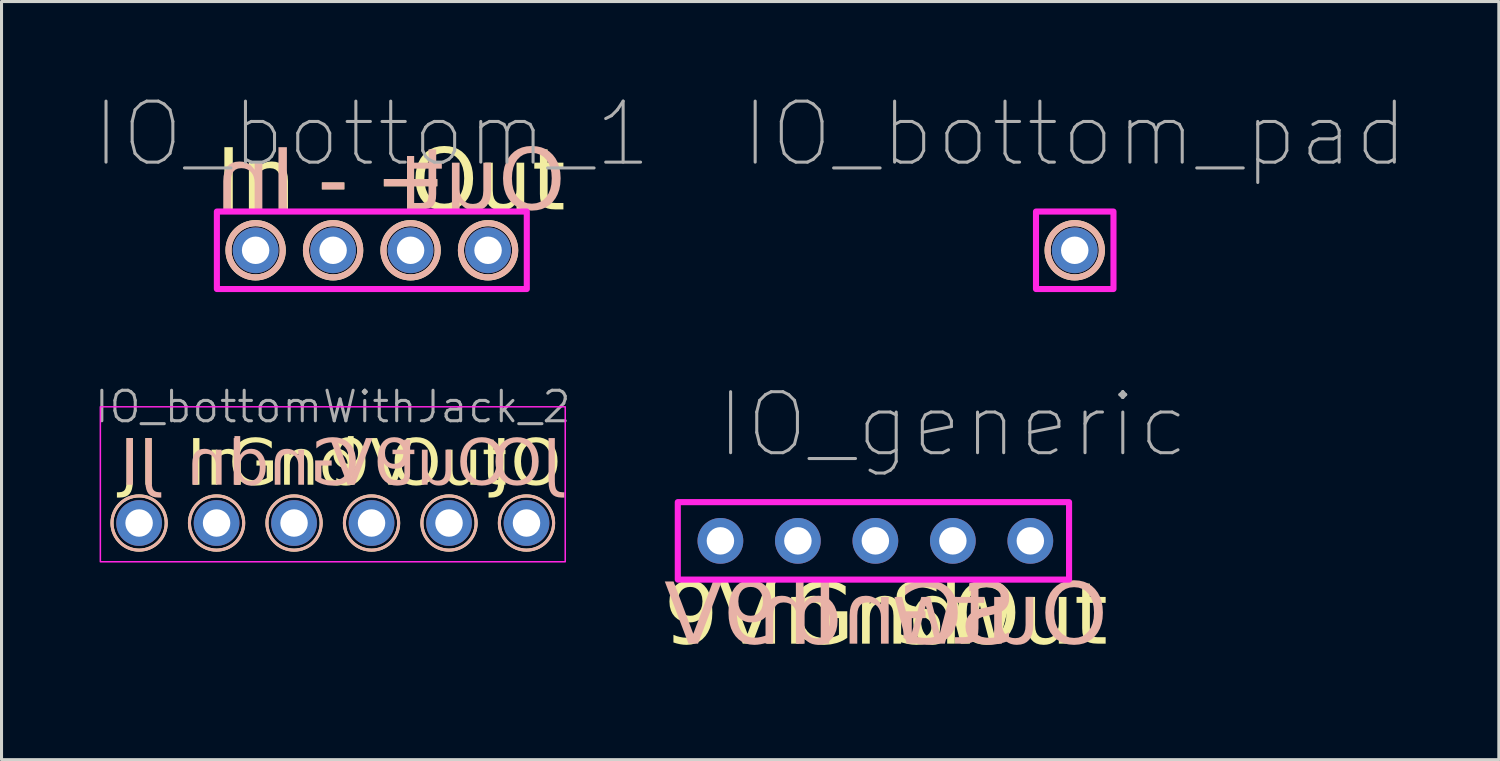
<source format=kicad_pcb>
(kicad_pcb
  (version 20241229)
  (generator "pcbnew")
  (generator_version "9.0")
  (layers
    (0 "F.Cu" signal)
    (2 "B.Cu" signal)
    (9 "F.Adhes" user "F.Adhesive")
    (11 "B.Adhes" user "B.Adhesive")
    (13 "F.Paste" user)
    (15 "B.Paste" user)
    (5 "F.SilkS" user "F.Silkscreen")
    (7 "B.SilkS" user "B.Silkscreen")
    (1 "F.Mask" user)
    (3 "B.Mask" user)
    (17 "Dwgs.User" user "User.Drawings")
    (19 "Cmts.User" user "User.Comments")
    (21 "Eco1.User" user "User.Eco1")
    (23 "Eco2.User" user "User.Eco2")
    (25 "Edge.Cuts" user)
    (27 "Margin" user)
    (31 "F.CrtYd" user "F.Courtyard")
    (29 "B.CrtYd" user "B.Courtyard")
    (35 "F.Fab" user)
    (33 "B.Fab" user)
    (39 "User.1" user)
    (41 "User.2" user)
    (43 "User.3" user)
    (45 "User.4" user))
  (footprint "IO_bottom_1"
    (layer "F.Cu")
    (at 9.14 5.155)
    (property "Reference" "IO_bottom_1" (at 0 -3.81 0) (unlocked yes) (layer "F.Fab") (effects (font (size 2 2) (thickness 0.1))))
    (attr through_hole)
    (fp_circle (center -3.81 0) (end -2.921 0) (stroke (width 0.2) (type default)) (fill no) (layer "F.SilkS"))
    (fp_circle (center -1.27 0) (end -0.381 0) (stroke (width 0.2) (type default)) (fill no) (layer "F.SilkS"))
    (fp_circle (center 1.27 0) (end 2.159 0) (stroke (width 0.2) (type default)) (fill no) (layer "F.SilkS"))
    (fp_circle (center 3.81 0) (end 2.921 0) (stroke (width 0.2) (type default)) (fill no) (layer "F.SilkS"))
    (fp_circle (center -3.81 0) (end -4.699 0) (stroke (width 0.2) (type default)) (fill no) (layer "B.SilkS"))
    (fp_circle (center -1.27 0) (end -2.159 0) (stroke (width 0.2) (type default)) (fill no) (layer "B.SilkS"))
    (fp_circle (center 1.27 0) (end 0.381 0) (stroke (width 0.2) (type default)) (fill no) (layer "B.SilkS"))
    (fp_circle (center 3.81 0) (end 2.921 0) (stroke (width 0.2) (type default)) (fill no) (layer "B.SilkS"))
    (fp_rect (start -5.08 -1.27) (end 5.08 1.27) (stroke (width 0.2) (type default)) (fill no) (layer "F.CrtYd"))
    (fp_text user "Out" (at 3.81 -1 0) (layer "F.SilkS") (effects (font (face "Milk Run") (size 2 2) (thickness 0.15)) (justify bottom)))
    (fp_text user "+" (at 1.27 -1 0) (layer "F.SilkS") (effects (font (face "Milk Run") (size 2 2) (thickness 0.15)) (justify bottom)))
    (fp_text user "-" (at -1.27 -1 0) (layer "F.SilkS") (effects (font (face "Milk Run") (size 2 2) (thickness 0.15)) (justify bottom)))
    (fp_text user "In" (at -3.81 -1 0) (layer "F.SilkS") (effects (font (face "Milk Run") (size 2 2) (thickness 0.15)) (justify bottom)))
    (fp_text user "In" (at -3.81 -1 0) (layer "B.SilkS") (effects (font (face "Milk Run") (size 2 2) (thickness 0.15)) (justify bottom mirror)))
    (fp_text user "Out" (at 3.81 -1 0) (layer "B.SilkS") (effects (font (face "Milk Run") (size 2 2) (thickness 0.15)) (justify bottom mirror)))
    (fp_text user "-" (at -1.27 -1 0) (layer "B.SilkS") (effects (font (face "Milk Run") (size 2 2) (thickness 0.15)) (justify bottom mirror)))
    (fp_text user "+" (at 1.27 -1 0) (layer "B.SilkS") (effects (font (face "Milk Run") (size 2 2) (thickness 0.15)) (justify bottom mirror)))
    (pad "1" thru_hole circle (at -3.81 0) (size 1.5 1.5) (drill 0.9) (layers "*.Cu" "*.Mask"))
    (pad "2" thru_hole circle (at -1.27 0) (size 1.5 1.5) (drill 0.9) (layers "*.Cu" "*.Mask"))
    (pad "3" thru_hole circle (at 1.27 0) (size 1.5 1.5) (drill 0.9) (layers "*.Cu" "*.Mask"))
    (pad "4" thru_hole circle (at 3.81 0) (size 1.5 1.5) (drill 0.9) (layers "*.Cu" "*.Mask")))
  (footprint "IO_bottom_pad"
    (layer "F.Cu")
    (at 32.183 5.155)
    (property "Reference" "IO_bottom_pad" (at 0 -3.81 0) (unlocked yes) (layer "F.Fab") (effects (font (size 2 2) (thickness 0.1))))
    (attr through_hole exclude_from_bom)
    (fp_circle (center 0 0) (end 0.889 0) (stroke (width 0.2) (type default)) (fill no) (layer "F.SilkS"))
    (fp_circle (center 0 0) (end -0.889 0) (stroke (width 0.2) (type default)) (fill no) (layer "B.SilkS"))
    (fp_rect (start -1.27 -1.27) (end 1.27 1.27) (stroke (width 0.2) (type default)) (fill no) (layer "F.CrtYd"))
    (pad "1" thru_hole circle (at 0 0) (size 1.5 1.5) (drill 0.9) (layers "*.Cu" "*.Mask")))
  (footprint "IO_bottomWithJack_2"
    (layer "F.Cu")
    (at 7.86 14.096)
    (property "Reference" "IO_bottomWithJack_2" (at 0 -3.81 0) (unlocked yes) (layer "F.Fab") (effects (font (size 1 1) (thickness 0.1))))
    (attr through_hole)
    (fp_circle (center -6.35 0) (end -7.239 0) (stroke (width 0.1) (type default)) (fill no) (layer "F.SilkS"))
    (fp_circle (center -3.81 0) (end -4.699 0) (stroke (width 0.1) (type default)) (fill no) (layer "F.SilkS"))
    (fp_circle (center -1.27 0) (end -2.159 0) (stroke (width 0.1) (type default)) (fill no) (layer "F.SilkS"))
    (fp_circle (center 1.27 0) (end 0.381 0) (stroke (width 0.1) (type default)) (fill no) (layer "F.SilkS"))
    (fp_circle (center 3.81 0) (end 2.921 0) (stroke (width 0.1) (type default)) (fill no) (layer "F.SilkS"))
    (fp_circle (center 6.35 0) (end 5.461 0) (stroke (width 0.1) (type default)) (fill no) (layer "F.SilkS"))
    (fp_circle (center -6.35 0) (end -5.461 0) (stroke (width 0.1) (type default)) (fill no) (layer "B.SilkS"))
    (fp_circle (center -3.81 0) (end -2.921 0) (stroke (width 0.1) (type default)) (fill no) (layer "B.SilkS"))
    (fp_circle (center -1.27 0) (end -0.381 0) (stroke (width 0.1) (type default)) (fill no) (layer "B.SilkS"))
    (fp_circle (center 1.27 0) (end 2.159 0) (stroke (width 0.1) (type default)) (fill no) (layer "B.SilkS"))
    (fp_circle (center 3.81 0) (end 4.699 0) (stroke (width 0.1) (type default)) (fill no) (layer "B.SilkS"))
    (fp_circle (center 6.35 0) (end 7.239 0) (stroke (width 0.1) (type default)) (fill no) (layer "B.SilkS"))
    (fp_rect (start -7.62 -3.81) (end 7.62 1.27) (stroke (width 0.05) (type default)) (fill no) (layer "F.CrtYd"))
    (fp_text user "JI" (at -6.35 -1 0) (layer "F.SilkS") (effects (font (face "Milk Run") (size 1.5 1.5) (thickness 0.15)) (justify bottom)))
    (fp_text user "Out" (at 3.81 -1 0) (layer "F.SilkS") (effects (font (face "Milk Run") (size 1.5 1.5) (thickness 0.15)) (justify bottom)))
    (fp_text user "9V" (at 1.27 -1 0) (layer "F.SilkS") (effects (font (face "Milk Run") (size 1.5 1.5) (thickness 0.15)) (justify bottom)))
    (fp_text user "In" (at -3.81 -1 0) (layer "F.SilkS") (effects (font (face "Milk Run") (size 1.5 1.5) (thickness 0.15)) (justify bottom)))
    (fp_text user "JO" (at 6.35 -1 0) (layer "F.SilkS") (effects (font (face "Milk Run") (size 1.5 1.5) (thickness 0.15)) (justify bottom)))
    (fp_text user "Gnd" (at -1.27 -1 0) (layer "F.SilkS") (effects (font (face "Milk Run") (size 1.5 1.5) (thickness 0.15)) (justify bottom)))
    (fp_text user "JO" (at 6.35 -1 0) (layer "B.SilkS") (effects (font (face "Milk Run") (size 1.5 1.5) (thickness 0.15)) (justify bottom mirror)))
    (fp_text user "Gnd" (at -1.27 -1 0) (layer "B.SilkS") (effects (font (face "Milk Run") (size 1.5 1.5) (thickness 0.15)) (justify bottom mirror)))
    (fp_text user "Out" (at 3.81 -1 0) (layer "B.SilkS") (effects (font (face "Milk Run") (size 1.5 1.5) (thickness 0.15)) (justify bottom mirror)))
    (fp_text user "JI" (at -6.35 -1 0) (layer "B.SilkS") (effects (font (face "Milk Run") (size 1.5 1.5) (thickness 0.15)) (justify bottom mirror)))
    (fp_text user "9V" (at 1.27 -1 0) (layer "B.SilkS") (effects (font (face "Milk Run") (size 1.5 1.5) (thickness 0.15)) (justify bottom mirror)))
    (fp_text user "In" (at -3.81 -1 0) (layer "B.SilkS") (effects (font (face "Milk Run") (size 1.5 1.5) (thickness 0.15)) (justify bottom mirror)))
    (pad "1" thru_hole circle (at -6.35 0) (size 1.5 1.5) (drill 0.9) (layers "*.Cu" "*.Mask"))
    (pad "2" thru_hole circle (at -3.81 0) (size 1.5 1.5) (drill 0.9) (layers "*.Cu" "*.Mask"))
    (pad "3" thru_hole circle (at -1.27 0) (size 1.5 1.5) (drill 0.9) (layers "*.Cu" "*.Mask"))
    (pad "4" thru_hole circle (at 1.27 0) (size 1.5 1.5) (drill 0.9) (layers "*.Cu" "*.Mask"))
    (pad "5" thru_hole circle (at 3.81 0) (size 1.5 1.5) (drill 0.9) (layers "*.Cu" "*.Mask"))
    (pad "6" thru_hole circle (at 6.35 0) (size 1.5 1.5) (drill 0.9) (layers "*.Cu" "*.Mask")))
  (footprint "IO_generic"
    (layer "F.Cu")
    (at 25.647 14.681)
    (property "Reference" "IO_generic" (at 2.54 -3.81 0) (unlocked yes) (layer "F.Fab") (effects (font (size 2 2) (thickness 0.1))))
    (attr through_hole)
    (fp_rect (start -6.477 -1.27) (end 6.35 1.27) (stroke (width 0.2) (type default)) (fill no) (layer "F.CrtYd"))
    (fp_text user "9V" (at -5.08 2.54 0) (unlocked yes) (layer "F.SilkS") (effects (font (face "Milk Run") (size 2 2) (thickness 0.15))))
    (fp_text user "In" (at -2.54 2.54 0) (unlocked yes) (layer "F.SilkS") (effects (font (face "Milk Run") (size 2 2) (thickness 0.15))))
    (fp_text user "Sw" (at 2.54 2.54 0) (unlocked yes) (layer "F.SilkS") (effects (font (face "Milk Run") (size 2 2) (thickness 0.15))))
    (fp_text user "Out" (at 5.08 2.54 0) (unlocked yes) (layer "F.SilkS") (effects (font (face "Milk Run") (size 2 2) (thickness 0.15))))
    (fp_text user "Gnd" (at 0 2.54 0) (unlocked yes) (layer "F.SilkS") (effects (font (face "Milk Run") (size 2 2) (thickness 0.15))))
    (fp_text user "In" (at -2.54 2.54 0) (unlocked yes) (layer "B.SilkS") (effects (font (face "Milk Run") (size 2 2) (thickness 0.15)) (justify mirror)))
    (fp_text user "9V" (at -5.08 2.54 0) (unlocked yes) (layer "B.SilkS") (effects (font (face "Milk Run") (size 2 2) (thickness 0.15)) (justify mirror)))
    (fp_text user "Out" (at 5.08 2.54 0) (unlocked yes) (layer "B.SilkS") (effects (font (face "Milk Run") (size 2 2) (thickness 0.15)) (justify mirror)))
    (fp_text user "Sw" (at 2.54 2.54 0) (unlocked yes) (layer "B.SilkS") (effects (font (face "Milk Run") (size 2 2) (thickness 0.15)) (justify mirror)))
    (fp_text user "Gnd" (at 0 2.54 0) (unlocked yes) (layer "B.SilkS") (effects (font (face "Milk Run") (size 2 2) (thickness 0.15)) (justify mirror)))
    (pad "1" thru_hole circle (at -5.08 0) (size 1.5 1.5) (drill 0.9) (layers "*.Cu" "*.Mask"))
    (pad "2" thru_hole circle (at -2.54 0) (size 1.5 1.5) (drill 0.9) (layers "*.Cu" "*.Mask"))
    (pad "3" thru_hole circle (at 0 0) (size 1.5 1.5) (drill 0.9) (layers "*.Cu" "*.Mask"))
    (pad "4" thru_hole circle (at 2.54 0) (size 1.5 1.5) (drill 0.9) (layers "*.Cu" "*.Mask"))
    (pad "5" thru_hole circle (at 5.08 0) (size 1.5 1.5) (drill 0.9) (layers "*.Cu" "*.Mask")))
  (gr_rect
    (start -3 -3)
    (end 46.086 21.854)
    (stroke (width 0.1) (type default))
    (fill no)
    (layer "Edge.Cuts")))
</source>
